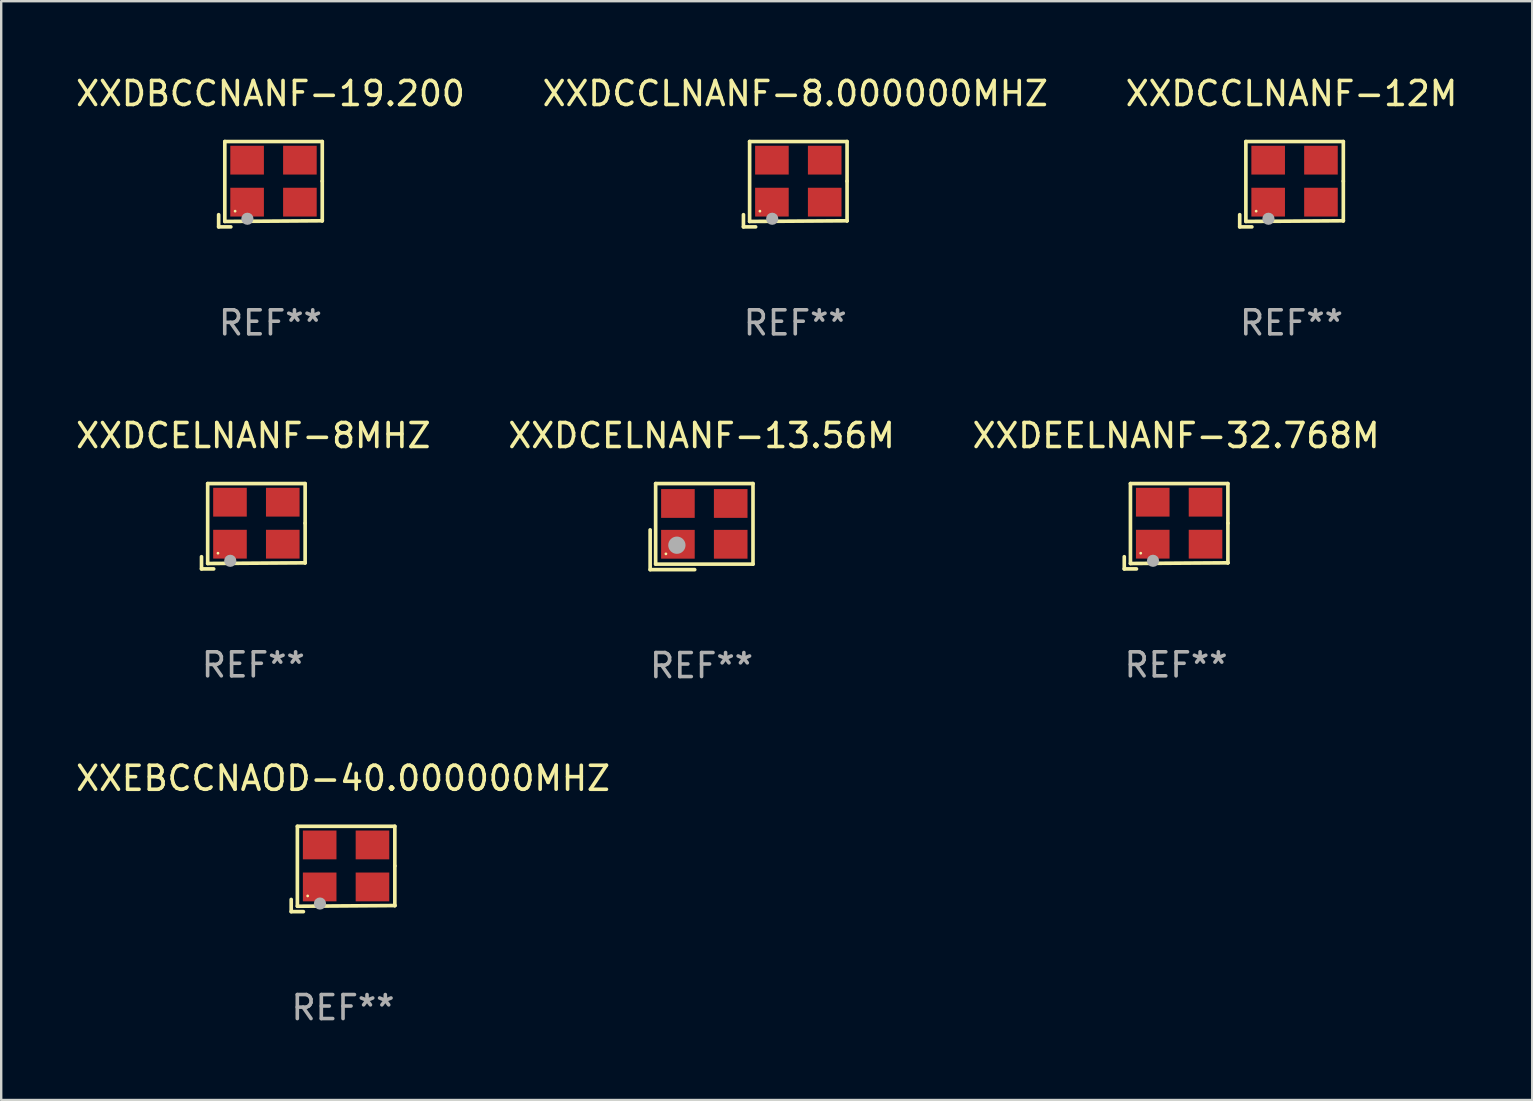
<source format=kicad_pcb>
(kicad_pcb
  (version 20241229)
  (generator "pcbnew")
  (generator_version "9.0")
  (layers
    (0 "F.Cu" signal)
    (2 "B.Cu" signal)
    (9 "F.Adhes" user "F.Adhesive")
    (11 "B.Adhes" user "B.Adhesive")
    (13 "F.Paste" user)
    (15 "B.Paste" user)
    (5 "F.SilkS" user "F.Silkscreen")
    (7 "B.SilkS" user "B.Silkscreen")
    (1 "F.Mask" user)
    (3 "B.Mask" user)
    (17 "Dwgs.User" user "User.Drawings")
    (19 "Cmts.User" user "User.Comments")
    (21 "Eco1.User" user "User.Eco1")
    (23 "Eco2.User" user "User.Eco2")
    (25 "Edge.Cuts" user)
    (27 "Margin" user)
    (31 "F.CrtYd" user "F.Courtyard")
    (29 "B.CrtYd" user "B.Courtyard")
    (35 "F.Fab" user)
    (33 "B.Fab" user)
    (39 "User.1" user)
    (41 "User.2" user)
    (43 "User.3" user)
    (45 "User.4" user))
  (footprint "XXDEELNANF-32.768M"
    (layer "F.Cu")
    (at 45.958 18.879)
    (property "Reference" "XXDEELNANF-32.768M" (at 0 -3.778 0) (layer "F.SilkS") (effects (font (size 1 1) (thickness 0.15))))
    (attr through_hole)
    (fp_line (start -2.159 1.27) (end -2.159 1.778) (stroke (width 0.152) (type solid)) (layer "F.SilkS"))
    (fp_line (start -2.159 1.778) (end -1.651 1.778) (stroke (width 0.152) (type solid)) (layer "F.SilkS"))
    (fp_line (start -1.902 -1.778) (end 2.159 -1.778) (stroke (width 0.152) (type solid)) (layer "F.SilkS"))
    (fp_line (start -1.902 1.552) (end -1.902 -1.778) (stroke (width 0.152) (type solid)) (layer "F.SilkS"))
    (fp_line (start 2.159 -1.778) (end 2.159 -0.127) (stroke (width 0.152) (type solid)) (layer "F.SilkS"))
    (fp_line (start 2.159 -0.127) (end 2.159 1.524) (stroke (width 0.152) (type solid)) (layer "F.SilkS"))
    (fp_line (start 2.159 1.524) (end -1.902 1.552) (stroke (width 0.152) (type solid)) (layer "F.SilkS"))
    (fp_line (start 2.159 1.524) (end 2.159 1.524) (stroke (width 0.152) (type solid)) (layer "F.SilkS"))
    (fp_circle (center -1.473 1.123) (end -1.443 1.123) (stroke (width 0.06) (type solid)) (fill no) (layer "F.SilkS"))
    (fp_circle (center -0.961 1.44) (end -0.834 1.44) (stroke (width 0.254) (type solid)) (fill no) (layer "F.Fab"))
    (fp_text user "REF**" (at 0 5.778 0) (layer "F.Fab") (effects (font (size 1 1) (thickness 0.15))))
    (pad "1" smd rect (at -0.973 0.748) (size 1.4 1.2) (layers "F.Cu" "F.Mask" "F.Paste"))
    (pad "2" smd rect (at 1.227 0.748) (size 1.4 1.2) (layers "F.Cu" "F.Mask" "F.Paste"))
    (pad "3" smd rect (at 1.227 -1.002) (size 1.4 1.2) (layers "F.Cu" "F.Mask" "F.Paste"))
    (pad "4" smd rect (at -0.973 -1.002) (size 1.4 1.2) (layers "F.Cu" "F.Mask" "F.Paste")))
  (footprint "XXDCCLNANF-8.000000MHZ"
    (layer "F.Cu")
    (at 30.089 4.626)
    (property "Reference" "XXDCCLNANF-8.000000MHZ" (at 0 -3.778 0) (layer "F.SilkS") (effects (font (size 1 1) (thickness 0.15))))
    (attr through_hole)
    (fp_line (start -2.159 1.27) (end -2.159 1.778) (stroke (width 0.152) (type solid)) (layer "F.SilkS"))
    (fp_line (start -2.159 1.778) (end -1.651 1.778) (stroke (width 0.152) (type solid)) (layer "F.SilkS"))
    (fp_line (start -1.902 -1.778) (end 2.159 -1.778) (stroke (width 0.152) (type solid)) (layer "F.SilkS"))
    (fp_line (start -1.902 1.552) (end -1.902 -1.778) (stroke (width 0.152) (type solid)) (layer "F.SilkS"))
    (fp_line (start 2.159 -1.778) (end 2.159 -0.127) (stroke (width 0.152) (type solid)) (layer "F.SilkS"))
    (fp_line (start 2.159 -0.127) (end 2.159 1.524) (stroke (width 0.152) (type solid)) (layer "F.SilkS"))
    (fp_line (start 2.159 1.524) (end -1.902 1.552) (stroke (width 0.152) (type solid)) (layer "F.SilkS"))
    (fp_line (start 2.159 1.524) (end 2.159 1.524) (stroke (width 0.152) (type solid)) (layer "F.SilkS"))
    (fp_circle (center -1.473 1.123) (end -1.443 1.123) (stroke (width 0.06) (type solid)) (fill no) (layer "F.SilkS"))
    (fp_circle (center -0.961 1.44) (end -0.834 1.44) (stroke (width 0.254) (type solid)) (fill no) (layer "F.Fab"))
    (fp_text user "REF**" (at 0 5.778 0) (layer "F.Fab") (effects (font (size 1 1) (thickness 0.15))))
    (pad "1" smd rect (at -0.973 0.748) (size 1.4 1.2) (layers "F.Cu" "F.Mask" "F.Paste"))
    (pad "2" smd rect (at 1.227 0.748) (size 1.4 1.2) (layers "F.Cu" "F.Mask" "F.Paste"))
    (pad "3" smd rect (at 1.227 -1.002) (size 1.4 1.2) (layers "F.Cu" "F.Mask" "F.Paste"))
    (pad "4" smd rect (at -0.973 -1.002) (size 1.4 1.2) (layers "F.Cu" "F.Mask" "F.Paste")))
  (footprint "XXEBCCNAOD-40.000000MHZ"
    (layer "F.Cu")
    (at 11.244 33.161)
    (property "Reference" "XXEBCCNAOD-40.000000MHZ" (at 0 -3.778 0) (layer "F.SilkS") (effects (font (size 1 1) (thickness 0.15))))
    (attr through_hole)
    (fp_line (start -2.159 1.27) (end -2.159 1.778) (stroke (width 0.152) (type solid)) (layer "F.SilkS"))
    (fp_line (start -2.159 1.778) (end -1.651 1.778) (stroke (width 0.152) (type solid)) (layer "F.SilkS"))
    (fp_line (start -1.902 -1.778) (end 2.159 -1.778) (stroke (width 0.152) (type solid)) (layer "F.SilkS"))
    (fp_line (start -1.902 1.552) (end -1.902 -1.778) (stroke (width 0.152) (type solid)) (layer "F.SilkS"))
    (fp_line (start 2.159 -1.778) (end 2.159 -0.127) (stroke (width 0.152) (type solid)) (layer "F.SilkS"))
    (fp_line (start 2.159 -0.127) (end 2.159 1.524) (stroke (width 0.152) (type solid)) (layer "F.SilkS"))
    (fp_line (start 2.159 1.524) (end -1.902 1.552) (stroke (width 0.152) (type solid)) (layer "F.SilkS"))
    (fp_line (start 2.159 1.524) (end 2.159 1.524) (stroke (width 0.152) (type solid)) (layer "F.SilkS"))
    (fp_circle (center -1.473 1.123) (end -1.443 1.123) (stroke (width 0.06) (type solid)) (fill no) (layer "F.SilkS"))
    (fp_circle (center -0.961 1.44) (end -0.834 1.44) (stroke (width 0.254) (type solid)) (fill no) (layer "F.Fab"))
    (fp_text user "REF**" (at 0 5.778 0) (layer "F.Fab") (effects (font (size 1 1) (thickness 0.15))))
    (pad "1" smd rect (at -0.973 0.748) (size 1.4 1.2) (layers "F.Cu" "F.Mask" "F.Paste"))
    (pad "2" smd rect (at 1.227 0.748) (size 1.4 1.2) (layers "F.Cu" "F.Mask" "F.Paste"))
    (pad "3" smd rect (at 1.227 -1.002) (size 1.4 1.2) (layers "F.Cu" "F.Mask" "F.Paste"))
    (pad "4" smd rect (at -0.973 -1.002) (size 1.4 1.2) (layers "F.Cu" "F.Mask" "F.Paste")))
  (footprint "XXDCELNANF-13.56M"
    (layer "F.Cu")
    (at 26.185 18.894)
    (property "Reference" "XXDCELNANF-13.56M" (at 0 -3.793 0) (layer "F.SilkS") (effects (font (size 1 1) (thickness 0.15))))
    (attr through_hole)
    (fp_line (start -2.143 0.136) (end -2.143 1.793) (stroke (width 0.152) (type solid)) (layer "F.SilkS"))
    (fp_line (start -2.143 1.793) (end -0.286 1.793) (stroke (width 0.152) (type solid)) (layer "F.SilkS"))
    (fp_line (start -1.914 -1.793) (end 2.143 -1.793) (stroke (width 0.152) (type solid)) (layer "F.SilkS"))
    (fp_line (start -1.914 1.564) (end -1.914 -1.793) (stroke (width 0.152) (type solid)) (layer "F.SilkS"))
    (fp_line (start 2.143 -1.793) (end 2.143 1.564) (stroke (width 0.152) (type solid)) (layer "F.SilkS"))
    (fp_line (start 2.143 1.564) (end -1.914 1.564) (stroke (width 0.152) (type solid)) (layer "F.SilkS"))
    (fp_circle (center -1.486 1.136) (end -1.456 1.136) (stroke (width 0.06) (type solid)) (fill no) (layer "F.SilkS"))
    (fp_circle (center -1.029 0.775) (end -0.849 0.775) (stroke (width 0.36) (type solid)) (fill no) (layer "F.Fab"))
    (fp_text user "REF**" (at 0 5.793 0) (layer "F.Fab") (effects (font (size 1 1) (thickness 0.15))))
    (pad "1" smd rect (at -0.986 0.736) (size 1.4 1.2) (layers "F.Cu" "F.Mask" "F.Paste"))
    (pad "2" smd rect (at 1.214 0.736) (size 1.4 1.2) (layers "F.Cu" "F.Mask" "F.Paste"))
    (pad "3" smd rect (at 1.214 -0.964) (size 1.4 1.2) (layers "F.Cu" "F.Mask" "F.Paste"))
    (pad "4" smd rect (at -0.986 -0.964) (size 1.4 1.2) (layers "F.Cu" "F.Mask" "F.Paste")))
  (footprint "XXDBCCNANF-19.200"
    (layer "F.Cu")
    (at 8.22 4.626)
    (property "Reference" "XXDBCCNANF-19.200" (at 0 -3.778 0) (layer "F.SilkS") (effects (font (size 1 1) (thickness 0.15))))
    (attr through_hole)
    (fp_line (start -2.159 1.27) (end -2.159 1.778) (stroke (width 0.152) (type solid)) (layer "F.SilkS"))
    (fp_line (start -2.159 1.778) (end -1.651 1.778) (stroke (width 0.152) (type solid)) (layer "F.SilkS"))
    (fp_line (start -1.902 -1.778) (end 2.159 -1.778) (stroke (width 0.152) (type solid)) (layer "F.SilkS"))
    (fp_line (start -1.902 1.552) (end -1.902 -1.778) (stroke (width 0.152) (type solid)) (layer "F.SilkS"))
    (fp_line (start 2.159 -1.778) (end 2.159 -0.127) (stroke (width 0.152) (type solid)) (layer "F.SilkS"))
    (fp_line (start 2.159 -0.127) (end 2.159 1.524) (stroke (width 0.152) (type solid)) (layer "F.SilkS"))
    (fp_line (start 2.159 1.524) (end -1.902 1.552) (stroke (width 0.152) (type solid)) (layer "F.SilkS"))
    (fp_line (start 2.159 1.524) (end 2.159 1.524) (stroke (width 0.152) (type solid)) (layer "F.SilkS"))
    (fp_circle (center -1.473 1.123) (end -1.443 1.123) (stroke (width 0.06) (type solid)) (fill no) (layer "F.SilkS"))
    (fp_circle (center -0.961 1.44) (end -0.834 1.44) (stroke (width 0.254) (type solid)) (fill no) (layer "F.Fab"))
    (fp_text user "REF**" (at 0 5.778 0) (layer "F.Fab") (effects (font (size 1 1) (thickness 0.15))))
    (pad "1" smd rect (at -0.973 0.748) (size 1.4 1.2) (layers "F.Cu" "F.Mask" "F.Paste"))
    (pad "2" smd rect (at 1.227 0.748) (size 1.4 1.2) (layers "F.Cu" "F.Mask" "F.Paste"))
    (pad "3" smd rect (at 1.227 -1.002) (size 1.4 1.2) (layers "F.Cu" "F.Mask" "F.Paste"))
    (pad "4" smd rect (at -0.973 -1.002) (size 1.4 1.2) (layers "F.Cu" "F.Mask" "F.Paste")))
  (footprint "XXDCELNANF-8MHZ"
    (layer "F.Cu")
    (at 7.506 18.879)
    (property "Reference" "XXDCELNANF-8MHZ" (at 0 -3.778 0) (layer "F.SilkS") (effects (font (size 1 1) (thickness 0.15))))
    (attr through_hole)
    (fp_line (start -2.159 1.27) (end -2.159 1.778) (stroke (width 0.152) (type solid)) (layer "F.SilkS"))
    (fp_line (start -2.159 1.778) (end -1.651 1.778) (stroke (width 0.152) (type solid)) (layer "F.SilkS"))
    (fp_line (start -1.902 -1.778) (end 2.159 -1.778) (stroke (width 0.152) (type solid)) (layer "F.SilkS"))
    (fp_line (start -1.902 1.552) (end -1.902 -1.778) (stroke (width 0.152) (type solid)) (layer "F.SilkS"))
    (fp_line (start 2.159 -1.778) (end 2.159 -0.127) (stroke (width 0.152) (type solid)) (layer "F.SilkS"))
    (fp_line (start 2.159 -0.127) (end 2.159 1.524) (stroke (width 0.152) (type solid)) (layer "F.SilkS"))
    (fp_line (start 2.159 1.524) (end -1.902 1.552) (stroke (width 0.152) (type solid)) (layer "F.SilkS"))
    (fp_line (start 2.159 1.524) (end 2.159 1.524) (stroke (width 0.152) (type solid)) (layer "F.SilkS"))
    (fp_circle (center -1.473 1.123) (end -1.443 1.123) (stroke (width 0.06) (type solid)) (fill no) (layer "F.SilkS"))
    (fp_circle (center -0.961 1.44) (end -0.834 1.44) (stroke (width 0.254) (type solid)) (fill no) (layer "F.Fab"))
    (fp_text user "REF**" (at 0 5.778 0) (layer "F.Fab") (effects (font (size 1 1) (thickness 0.15))))
    (pad "1" smd rect (at -0.973 0.748) (size 1.4 1.2) (layers "F.Cu" "F.Mask" "F.Paste"))
    (pad "2" smd rect (at 1.227 0.748) (size 1.4 1.2) (layers "F.Cu" "F.Mask" "F.Paste"))
    (pad "3" smd rect (at 1.227 -1.002) (size 1.4 1.2) (layers "F.Cu" "F.Mask" "F.Paste"))
    (pad "4" smd rect (at -0.973 -1.002) (size 1.4 1.2) (layers "F.Cu" "F.Mask" "F.Paste")))
  (footprint "XXDCCLNANF-12M"
    (layer "F.Cu")
    (at 50.768 4.626)
    (property "Reference" "XXDCCLNANF-12M" (at 0 -3.778 0) (layer "F.SilkS") (effects (font (size 1 1) (thickness 0.15))))
    (attr through_hole)
    (fp_line (start -2.159 1.27) (end -2.159 1.778) (stroke (width 0.152) (type solid)) (layer "F.SilkS"))
    (fp_line (start -2.159 1.778) (end -1.651 1.778) (stroke (width 0.152) (type solid)) (layer "F.SilkS"))
    (fp_line (start -1.902 -1.778) (end 2.159 -1.778) (stroke (width 0.152) (type solid)) (layer "F.SilkS"))
    (fp_line (start -1.902 1.552) (end -1.902 -1.778) (stroke (width 0.152) (type solid)) (layer "F.SilkS"))
    (fp_line (start 2.159 -1.778) (end 2.159 -0.127) (stroke (width 0.152) (type solid)) (layer "F.SilkS"))
    (fp_line (start 2.159 -0.127) (end 2.159 1.524) (stroke (width 0.152) (type solid)) (layer "F.SilkS"))
    (fp_line (start 2.159 1.524) (end -1.902 1.552) (stroke (width 0.152) (type solid)) (layer "F.SilkS"))
    (fp_line (start 2.159 1.524) (end 2.159 1.524) (stroke (width 0.152) (type solid)) (layer "F.SilkS"))
    (fp_circle (center -1.473 1.123) (end -1.443 1.123) (stroke (width 0.06) (type solid)) (fill no) (layer "F.SilkS"))
    (fp_circle (center -0.961 1.44) (end -0.834 1.44) (stroke (width 0.254) (type solid)) (fill no) (layer "F.Fab"))
    (fp_text user "REF**" (at 0 5.778 0) (layer "F.Fab") (effects (font (size 1 1) (thickness 0.15))))
    (pad "1" smd rect (at -0.973 0.748) (size 1.4 1.2) (layers "F.Cu" "F.Mask" "F.Paste"))
    (pad "2" smd rect (at 1.227 0.748) (size 1.4 1.2) (layers "F.Cu" "F.Mask" "F.Paste"))
    (pad "3" smd rect (at 1.227 -1.002) (size 1.4 1.2) (layers "F.Cu" "F.Mask" "F.Paste"))
    (pad "4" smd rect (at -0.973 -1.002) (size 1.4 1.2) (layers "F.Cu" "F.Mask" "F.Paste")))
  (gr_rect
    (start -3 -3)
    (end 60.798 42.788)
    (stroke (width 0.1) (type default))
    (fill no)
    (layer "Edge.Cuts")))
</source>
